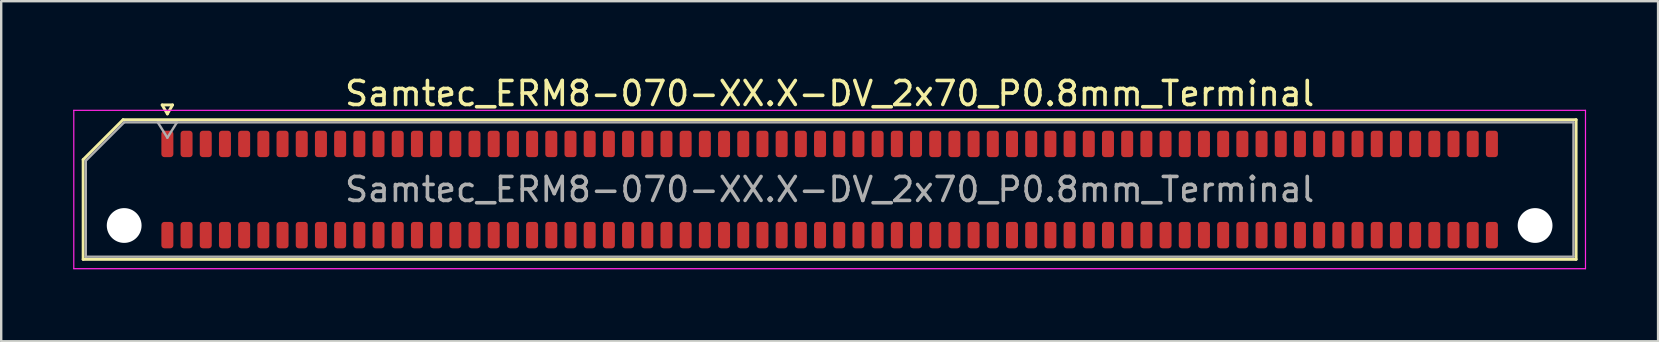
<source format=kicad_pcb>
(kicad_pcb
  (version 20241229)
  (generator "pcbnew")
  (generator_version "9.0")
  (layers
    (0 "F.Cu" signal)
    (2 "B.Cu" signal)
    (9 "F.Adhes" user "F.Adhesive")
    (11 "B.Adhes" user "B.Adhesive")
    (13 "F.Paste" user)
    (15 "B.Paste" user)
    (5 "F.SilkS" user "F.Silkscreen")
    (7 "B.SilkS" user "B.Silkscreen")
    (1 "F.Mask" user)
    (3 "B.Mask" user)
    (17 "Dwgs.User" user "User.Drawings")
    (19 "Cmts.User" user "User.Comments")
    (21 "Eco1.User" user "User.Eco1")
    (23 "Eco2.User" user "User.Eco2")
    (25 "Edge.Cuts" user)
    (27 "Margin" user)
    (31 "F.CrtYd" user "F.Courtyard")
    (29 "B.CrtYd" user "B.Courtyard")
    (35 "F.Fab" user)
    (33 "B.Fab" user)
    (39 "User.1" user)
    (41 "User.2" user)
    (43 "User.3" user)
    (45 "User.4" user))
  (footprint "Samtec_ERM8-070-XX.X-DV_2x70_P0.8mm_Terminal"
    (layer "F.Cu")
    (at 31.525 4.848)
    (property "Reference" "Samtec_ERM8-070-XX.X-DV_2x70_P0.8mm_Terminal" (at 0 -4 0) (layer "F.SilkS") (effects (font (size 1 1) (thickness 0.15))))
    (attr smd)
    (fp_line (start -31.11 -1.246) (end -29.446 -2.91) (stroke (width 0.12) (type solid)) (layer "F.SilkS"))
    (fp_line (start -31.11 2.91) (end -31.11 -1.246) (stroke (width 0.12) (type solid)) (layer "F.SilkS"))
    (fp_line (start -29.446 -2.91) (end 31.11 -2.91) (stroke (width 0.12) (type solid)) (layer "F.SilkS"))
    (fp_line (start -27.817 -3.525) (end -27.6 -3.15) (stroke (width 0.12) (type solid)) (layer "F.SilkS"))
    (fp_line (start -27.6 -3.15) (end -27.383 -3.525) (stroke (width 0.12) (type solid)) (layer "F.SilkS"))
    (fp_line (start -27.383 -3.525) (end -27.817 -3.525) (stroke (width 0.12) (type solid)) (layer "F.SilkS"))
    (fp_line (start 31.11 -2.91) (end 31.11 2.91) (stroke (width 0.12) (type solid)) (layer "F.SilkS"))
    (fp_line (start 31.11 2.91) (end -31.11 2.91) (stroke (width 0.12) (type solid)) (layer "F.SilkS"))
    (fp_line (start -31.5 -3.3) (end -31.5 3.3) (stroke (width 0.05) (type solid)) (layer "F.CrtYd"))
    (fp_line (start -31.5 3.3) (end 31.5 3.3) (stroke (width 0.05) (type solid)) (layer "F.CrtYd"))
    (fp_line (start 31.5 -3.3) (end -31.5 -3.3) (stroke (width 0.05) (type solid)) (layer "F.CrtYd"))
    (fp_line (start 31.5 3.3) (end 31.5 -3.3) (stroke (width 0.05) (type solid)) (layer "F.CrtYd"))
    (fp_line (start -31 -1.2) (end -29.4 -2.8) (stroke (width 0.1) (type solid)) (layer "F.Fab"))
    (fp_line (start -31 2.8) (end -31 -1.2) (stroke (width 0.1) (type solid)) (layer "F.Fab"))
    (fp_line (start -29.4 -2.8) (end 31 -2.8) (stroke (width 0.1) (type solid)) (layer "F.Fab"))
    (fp_line (start -28 -2.8) (end -27.6 -2.16) (stroke (width 0.1) (type solid)) (layer "F.Fab"))
    (fp_line (start -27.6 -2.16) (end -27.2 -2.8) (stroke (width 0.1) (type solid)) (layer "F.Fab"))
    (fp_line (start -27.2 -2.8) (end -28 -2.8) (stroke (width 0.1) (type solid)) (layer "F.Fab"))
    (fp_line (start 31 -2.8) (end 31 2.8) (stroke (width 0.1) (type solid)) (layer "F.Fab"))
    (fp_line (start 31 2.8) (end -31 2.8) (stroke (width 0.1) (type solid)) (layer "F.Fab"))
    (fp_text user "${REFERENCE}" (at 0 0 0) (layer "F.Fab") (effects (font (size 1 1) (thickness 0.15))))
    (pad "" np_thru_hole circle (at -29.4 1.5) (size 1.45 1.45) (drill 1.45) (layers "*.Cu" "*.Mask"))
    (pad "" np_thru_hole circle (at 29.4 1.5) (size 1.45 1.45) (drill 1.45) (layers "*.Cu" "*.Mask"))
    (pad "1" smd roundrect (at -27.6 -1.9) (size 0.5 1.1) (layers "F.Cu" "F.Mask" "F.Paste") (roundrect_rratio 0.25))
    (pad "2" smd roundrect (at -27.6 1.9) (size 0.5 1.1) (layers "F.Cu" "F.Mask" "F.Paste") (roundrect_rratio 0.25))
    (pad "3" smd roundrect (at -26.8 -1.9) (size 0.5 1.1) (layers "F.Cu" "F.Mask" "F.Paste") (roundrect_rratio 0.25))
    (pad "4" smd roundrect (at -26.8 1.9) (size 0.5 1.1) (layers "F.Cu" "F.Mask" "F.Paste") (roundrect_rratio 0.25))
    (pad "5" smd roundrect (at -26 -1.9) (size 0.5 1.1) (layers "F.Cu" "F.Mask" "F.Paste") (roundrect_rratio 0.25))
    (pad "6" smd roundrect (at -26 1.9) (size 0.5 1.1) (layers "F.Cu" "F.Mask" "F.Paste") (roundrect_rratio 0.25))
    (pad "7" smd roundrect (at -25.2 -1.9) (size 0.5 1.1) (layers "F.Cu" "F.Mask" "F.Paste") (roundrect_rratio 0.25))
    (pad "8" smd roundrect (at -25.2 1.9) (size 0.5 1.1) (layers "F.Cu" "F.Mask" "F.Paste") (roundrect_rratio 0.25))
    (pad "9" smd roundrect (at -24.4 -1.9) (size 0.5 1.1) (layers "F.Cu" "F.Mask" "F.Paste") (roundrect_rratio 0.25))
    (pad "10" smd roundrect (at -24.4 1.9) (size 0.5 1.1) (layers "F.Cu" "F.Mask" "F.Paste") (roundrect_rratio 0.25))
    (pad "11" smd roundrect (at -23.6 -1.9) (size 0.5 1.1) (layers "F.Cu" "F.Mask" "F.Paste") (roundrect_rratio 0.25))
    (pad "12" smd roundrect (at -23.6 1.9) (size 0.5 1.1) (layers "F.Cu" "F.Mask" "F.Paste") (roundrect_rratio 0.25))
    (pad "13" smd roundrect (at -22.8 -1.9) (size 0.5 1.1) (layers "F.Cu" "F.Mask" "F.Paste") (roundrect_rratio 0.25))
    (pad "14" smd roundrect (at -22.8 1.9) (size 0.5 1.1) (layers "F.Cu" "F.Mask" "F.Paste") (roundrect_rratio 0.25))
    (pad "15" smd roundrect (at -22 -1.9) (size 0.5 1.1) (layers "F.Cu" "F.Mask" "F.Paste") (roundrect_rratio 0.25))
    (pad "16" smd roundrect (at -22 1.9) (size 0.5 1.1) (layers "F.Cu" "F.Mask" "F.Paste") (roundrect_rratio 0.25))
    (pad "17" smd roundrect (at -21.2 -1.9) (size 0.5 1.1) (layers "F.Cu" "F.Mask" "F.Paste") (roundrect_rratio 0.25))
    (pad "18" smd roundrect (at -21.2 1.9) (size 0.5 1.1) (layers "F.Cu" "F.Mask" "F.Paste") (roundrect_rratio 0.25))
    (pad "19" smd roundrect (at -20.4 -1.9) (size 0.5 1.1) (layers "F.Cu" "F.Mask" "F.Paste") (roundrect_rratio 0.25))
    (pad "20" smd roundrect (at -20.4 1.9) (size 0.5 1.1) (layers "F.Cu" "F.Mask" "F.Paste") (roundrect_rratio 0.25))
    (pad "21" smd roundrect (at -19.6 -1.9) (size 0.5 1.1) (layers "F.Cu" "F.Mask" "F.Paste") (roundrect_rratio 0.25))
    (pad "22" smd roundrect (at -19.6 1.9) (size 0.5 1.1) (layers "F.Cu" "F.Mask" "F.Paste") (roundrect_rratio 0.25))
    (pad "23" smd roundrect (at -18.8 -1.9) (size 0.5 1.1) (layers "F.Cu" "F.Mask" "F.Paste") (roundrect_rratio 0.25))
    (pad "24" smd roundrect (at -18.8 1.9) (size 0.5 1.1) (layers "F.Cu" "F.Mask" "F.Paste") (roundrect_rratio 0.25))
    (pad "25" smd roundrect (at -18 -1.9) (size 0.5 1.1) (layers "F.Cu" "F.Mask" "F.Paste") (roundrect_rratio 0.25))
    (pad "26" smd roundrect (at -18 1.9) (size 0.5 1.1) (layers "F.Cu" "F.Mask" "F.Paste") (roundrect_rratio 0.25))
    (pad "27" smd roundrect (at -17.2 -1.9) (size 0.5 1.1) (layers "F.Cu" "F.Mask" "F.Paste") (roundrect_rratio 0.25))
    (pad "28" smd roundrect (at -17.2 1.9) (size 0.5 1.1) (layers "F.Cu" "F.Mask" "F.Paste") (roundrect_rratio 0.25))
    (pad "29" smd roundrect (at -16.4 -1.9) (size 0.5 1.1) (layers "F.Cu" "F.Mask" "F.Paste") (roundrect_rratio 0.25))
    (pad "30" smd roundrect (at -16.4 1.9) (size 0.5 1.1) (layers "F.Cu" "F.Mask" "F.Paste") (roundrect_rratio 0.25))
    (pad "31" smd roundrect (at -15.6 -1.9) (size 0.5 1.1) (layers "F.Cu" "F.Mask" "F.Paste") (roundrect_rratio 0.25))
    (pad "32" smd roundrect (at -15.6 1.9) (size 0.5 1.1) (layers "F.Cu" "F.Mask" "F.Paste") (roundrect_rratio 0.25))
    (pad "33" smd roundrect (at -14.8 -1.9) (size 0.5 1.1) (layers "F.Cu" "F.Mask" "F.Paste") (roundrect_rratio 0.25))
    (pad "34" smd roundrect (at -14.8 1.9) (size 0.5 1.1) (layers "F.Cu" "F.Mask" "F.Paste") (roundrect_rratio 0.25))
    (pad "35" smd roundrect (at -14 -1.9) (size 0.5 1.1) (layers "F.Cu" "F.Mask" "F.Paste") (roundrect_rratio 0.25))
    (pad "36" smd roundrect (at -14 1.9) (size 0.5 1.1) (layers "F.Cu" "F.Mask" "F.Paste") (roundrect_rratio 0.25))
    (pad "37" smd roundrect (at -13.2 -1.9) (size 0.5 1.1) (layers "F.Cu" "F.Mask" "F.Paste") (roundrect_rratio 0.25))
    (pad "38" smd roundrect (at -13.2 1.9) (size 0.5 1.1) (layers "F.Cu" "F.Mask" "F.Paste") (roundrect_rratio 0.25))
    (pad "39" smd roundrect (at -12.4 -1.9) (size 0.5 1.1) (layers "F.Cu" "F.Mask" "F.Paste") (roundrect_rratio 0.25))
    (pad "40" smd roundrect (at -12.4 1.9) (size 0.5 1.1) (layers "F.Cu" "F.Mask" "F.Paste") (roundrect_rratio 0.25))
    (pad "41" smd roundrect (at -11.6 -1.9) (size 0.5 1.1) (layers "F.Cu" "F.Mask" "F.Paste") (roundrect_rratio 0.25))
    (pad "42" smd roundrect (at -11.6 1.9) (size 0.5 1.1) (layers "F.Cu" "F.Mask" "F.Paste") (roundrect_rratio 0.25))
    (pad "43" smd roundrect (at -10.8 -1.9) (size 0.5 1.1) (layers "F.Cu" "F.Mask" "F.Paste") (roundrect_rratio 0.25))
    (pad "44" smd roundrect (at -10.8 1.9) (size 0.5 1.1) (layers "F.Cu" "F.Mask" "F.Paste") (roundrect_rratio 0.25))
    (pad "45" smd roundrect (at -10 -1.9) (size 0.5 1.1) (layers "F.Cu" "F.Mask" "F.Paste") (roundrect_rratio 0.25))
    (pad "46" smd roundrect (at -10 1.9) (size 0.5 1.1) (layers "F.Cu" "F.Mask" "F.Paste") (roundrect_rratio 0.25))
    (pad "47" smd roundrect (at -9.2 -1.9) (size 0.5 1.1) (layers "F.Cu" "F.Mask" "F.Paste") (roundrect_rratio 0.25))
    (pad "48" smd roundrect (at -9.2 1.9) (size 0.5 1.1) (layers "F.Cu" "F.Mask" "F.Paste") (roundrect_rratio 0.25))
    (pad "49" smd roundrect (at -8.4 -1.9) (size 0.5 1.1) (layers "F.Cu" "F.Mask" "F.Paste") (roundrect_rratio 0.25))
    (pad "50" smd roundrect (at -8.4 1.9) (size 0.5 1.1) (layers "F.Cu" "F.Mask" "F.Paste") (roundrect_rratio 0.25))
    (pad "51" smd roundrect (at -7.6 -1.9) (size 0.5 1.1) (layers "F.Cu" "F.Mask" "F.Paste") (roundrect_rratio 0.25))
    (pad "52" smd roundrect (at -7.6 1.9) (size 0.5 1.1) (layers "F.Cu" "F.Mask" "F.Paste") (roundrect_rratio 0.25))
    (pad "53" smd roundrect (at -6.8 -1.9) (size 0.5 1.1) (layers "F.Cu" "F.Mask" "F.Paste") (roundrect_rratio 0.25))
    (pad "54" smd roundrect (at -6.8 1.9) (size 0.5 1.1) (layers "F.Cu" "F.Mask" "F.Paste") (roundrect_rratio 0.25))
    (pad "55" smd roundrect (at -6 -1.9) (size 0.5 1.1) (layers "F.Cu" "F.Mask" "F.Paste") (roundrect_rratio 0.25))
    (pad "56" smd roundrect (at -6 1.9) (size 0.5 1.1) (layers "F.Cu" "F.Mask" "F.Paste") (roundrect_rratio 0.25))
    (pad "57" smd roundrect (at -5.2 -1.9) (size 0.5 1.1) (layers "F.Cu" "F.Mask" "F.Paste") (roundrect_rratio 0.25))
    (pad "58" smd roundrect (at -5.2 1.9) (size 0.5 1.1) (layers "F.Cu" "F.Mask" "F.Paste") (roundrect_rratio 0.25))
    (pad "59" smd roundrect (at -4.4 -1.9) (size 0.5 1.1) (layers "F.Cu" "F.Mask" "F.Paste") (roundrect_rratio 0.25))
    (pad "60" smd roundrect (at -4.4 1.9) (size 0.5 1.1) (layers "F.Cu" "F.Mask" "F.Paste") (roundrect_rratio 0.25))
    (pad "61" smd roundrect (at -3.6 -1.9) (size 0.5 1.1) (layers "F.Cu" "F.Mask" "F.Paste") (roundrect_rratio 0.25))
    (pad "62" smd roundrect (at -3.6 1.9) (size 0.5 1.1) (layers "F.Cu" "F.Mask" "F.Paste") (roundrect_rratio 0.25))
    (pad "63" smd roundrect (at -2.8 -1.9) (size 0.5 1.1) (layers "F.Cu" "F.Mask" "F.Paste") (roundrect_rratio 0.25))
    (pad "64" smd roundrect (at -2.8 1.9) (size 0.5 1.1) (layers "F.Cu" "F.Mask" "F.Paste") (roundrect_rratio 0.25))
    (pad "65" smd roundrect (at -2 -1.9) (size 0.5 1.1) (layers "F.Cu" "F.Mask" "F.Paste") (roundrect_rratio 0.25))
    (pad "66" smd roundrect (at -2 1.9) (size 0.5 1.1) (layers "F.Cu" "F.Mask" "F.Paste") (roundrect_rratio 0.25))
    (pad "67" smd roundrect (at -1.2 -1.9) (size 0.5 1.1) (layers "F.Cu" "F.Mask" "F.Paste") (roundrect_rratio 0.25))
    (pad "68" smd roundrect (at -1.2 1.9) (size 0.5 1.1) (layers "F.Cu" "F.Mask" "F.Paste") (roundrect_rratio 0.25))
    (pad "69" smd roundrect (at -0.4 -1.9) (size 0.5 1.1) (layers "F.Cu" "F.Mask" "F.Paste") (roundrect_rratio 0.25))
    (pad "70" smd roundrect (at -0.4 1.9) (size 0.5 1.1) (layers "F.Cu" "F.Mask" "F.Paste") (roundrect_rratio 0.25))
    (pad "71" smd roundrect (at 0.4 -1.9) (size 0.5 1.1) (layers "F.Cu" "F.Mask" "F.Paste") (roundrect_rratio 0.25))
    (pad "72" smd roundrect (at 0.4 1.9) (size 0.5 1.1) (layers "F.Cu" "F.Mask" "F.Paste") (roundrect_rratio 0.25))
    (pad "73" smd roundrect (at 1.2 -1.9) (size 0.5 1.1) (layers "F.Cu" "F.Mask" "F.Paste") (roundrect_rratio 0.25))
    (pad "74" smd roundrect (at 1.2 1.9) (size 0.5 1.1) (layers "F.Cu" "F.Mask" "F.Paste") (roundrect_rratio 0.25))
    (pad "75" smd roundrect (at 2 -1.9) (size 0.5 1.1) (layers "F.Cu" "F.Mask" "F.Paste") (roundrect_rratio 0.25))
    (pad "76" smd roundrect (at 2 1.9) (size 0.5 1.1) (layers "F.Cu" "F.Mask" "F.Paste") (roundrect_rratio 0.25))
    (pad "77" smd roundrect (at 2.8 -1.9) (size 0.5 1.1) (layers "F.Cu" "F.Mask" "F.Paste") (roundrect_rratio 0.25))
    (pad "78" smd roundrect (at 2.8 1.9) (size 0.5 1.1) (layers "F.Cu" "F.Mask" "F.Paste") (roundrect_rratio 0.25))
    (pad "79" smd roundrect (at 3.6 -1.9) (size 0.5 1.1) (layers "F.Cu" "F.Mask" "F.Paste") (roundrect_rratio 0.25))
    (pad "80" smd roundrect (at 3.6 1.9) (size 0.5 1.1) (layers "F.Cu" "F.Mask" "F.Paste") (roundrect_rratio 0.25))
    (pad "81" smd roundrect (at 4.4 -1.9) (size 0.5 1.1) (layers "F.Cu" "F.Mask" "F.Paste") (roundrect_rratio 0.25))
    (pad "82" smd roundrect (at 4.4 1.9) (size 0.5 1.1) (layers "F.Cu" "F.Mask" "F.Paste") (roundrect_rratio 0.25))
    (pad "83" smd roundrect (at 5.2 -1.9) (size 0.5 1.1) (layers "F.Cu" "F.Mask" "F.Paste") (roundrect_rratio 0.25))
    (pad "84" smd roundrect (at 5.2 1.9) (size 0.5 1.1) (layers "F.Cu" "F.Mask" "F.Paste") (roundrect_rratio 0.25))
    (pad "85" smd roundrect (at 6 -1.9) (size 0.5 1.1) (layers "F.Cu" "F.Mask" "F.Paste") (roundrect_rratio 0.25))
    (pad "86" smd roundrect (at 6 1.9) (size 0.5 1.1) (layers "F.Cu" "F.Mask" "F.Paste") (roundrect_rratio 0.25))
    (pad "87" smd roundrect (at 6.8 -1.9) (size 0.5 1.1) (layers "F.Cu" "F.Mask" "F.Paste") (roundrect_rratio 0.25))
    (pad "88" smd roundrect (at 6.8 1.9) (size 0.5 1.1) (layers "F.Cu" "F.Mask" "F.Paste") (roundrect_rratio 0.25))
    (pad "89" smd roundrect (at 7.6 -1.9) (size 0.5 1.1) (layers "F.Cu" "F.Mask" "F.Paste") (roundrect_rratio 0.25))
    (pad "90" smd roundrect (at 7.6 1.9) (size 0.5 1.1) (layers "F.Cu" "F.Mask" "F.Paste") (roundrect_rratio 0.25))
    (pad "91" smd roundrect (at 8.4 -1.9) (size 0.5 1.1) (layers "F.Cu" "F.Mask" "F.Paste") (roundrect_rratio 0.25))
    (pad "92" smd roundrect (at 8.4 1.9) (size 0.5 1.1) (layers "F.Cu" "F.Mask" "F.Paste") (roundrect_rratio 0.25))
    (pad "93" smd roundrect (at 9.2 -1.9) (size 0.5 1.1) (layers "F.Cu" "F.Mask" "F.Paste") (roundrect_rratio 0.25))
    (pad "94" smd roundrect (at 9.2 1.9) (size 0.5 1.1) (layers "F.Cu" "F.Mask" "F.Paste") (roundrect_rratio 0.25))
    (pad "95" smd roundrect (at 10 -1.9) (size 0.5 1.1) (layers "F.Cu" "F.Mask" "F.Paste") (roundrect_rratio 0.25))
    (pad "96" smd roundrect (at 10 1.9) (size 0.5 1.1) (layers "F.Cu" "F.Mask" "F.Paste") (roundrect_rratio 0.25))
    (pad "97" smd roundrect (at 10.8 -1.9) (size 0.5 1.1) (layers "F.Cu" "F.Mask" "F.Paste") (roundrect_rratio 0.25))
    (pad "98" smd roundrect (at 10.8 1.9) (size 0.5 1.1) (layers "F.Cu" "F.Mask" "F.Paste") (roundrect_rratio 0.25))
    (pad "99" smd roundrect (at 11.6 -1.9) (size 0.5 1.1) (layers "F.Cu" "F.Mask" "F.Paste") (roundrect_rratio 0.25))
    (pad "100" smd roundrect (at 11.6 1.9) (size 0.5 1.1) (layers "F.Cu" "F.Mask" "F.Paste") (roundrect_rratio 0.25))
    (pad "101" smd roundrect (at 12.4 -1.9) (size 0.5 1.1) (layers "F.Cu" "F.Mask" "F.Paste") (roundrect_rratio 0.25))
    (pad "102" smd roundrect (at 12.4 1.9) (size 0.5 1.1) (layers "F.Cu" "F.Mask" "F.Paste") (roundrect_rratio 0.25))
    (pad "103" smd roundrect (at 13.2 -1.9) (size 0.5 1.1) (layers "F.Cu" "F.Mask" "F.Paste") (roundrect_rratio 0.25))
    (pad "104" smd roundrect (at 13.2 1.9) (size 0.5 1.1) (layers "F.Cu" "F.Mask" "F.Paste") (roundrect_rratio 0.25))
    (pad "105" smd roundrect (at 14 -1.9) (size 0.5 1.1) (layers "F.Cu" "F.Mask" "F.Paste") (roundrect_rratio 0.25))
    (pad "106" smd roundrect (at 14 1.9) (size 0.5 1.1) (layers "F.Cu" "F.Mask" "F.Paste") (roundrect_rratio 0.25))
    (pad "107" smd roundrect (at 14.8 -1.9) (size 0.5 1.1) (layers "F.Cu" "F.Mask" "F.Paste") (roundrect_rratio 0.25))
    (pad "108" smd roundrect (at 14.8 1.9) (size 0.5 1.1) (layers "F.Cu" "F.Mask" "F.Paste") (roundrect_rratio 0.25))
    (pad "109" smd roundrect (at 15.6 -1.9) (size 0.5 1.1) (layers "F.Cu" "F.Mask" "F.Paste") (roundrect_rratio 0.25))
    (pad "110" smd roundrect (at 15.6 1.9) (size 0.5 1.1) (layers "F.Cu" "F.Mask" "F.Paste") (roundrect_rratio 0.25))
    (pad "111" smd roundrect (at 16.4 -1.9) (size 0.5 1.1) (layers "F.Cu" "F.Mask" "F.Paste") (roundrect_rratio 0.25))
    (pad "112" smd roundrect (at 16.4 1.9) (size 0.5 1.1) (layers "F.Cu" "F.Mask" "F.Paste") (roundrect_rratio 0.25))
    (pad "113" smd roundrect (at 17.2 -1.9) (size 0.5 1.1) (layers "F.Cu" "F.Mask" "F.Paste") (roundrect_rratio 0.25))
    (pad "114" smd roundrect (at 17.2 1.9) (size 0.5 1.1) (layers "F.Cu" "F.Mask" "F.Paste") (roundrect_rratio 0.25))
    (pad "115" smd roundrect (at 18 -1.9) (size 0.5 1.1) (layers "F.Cu" "F.Mask" "F.Paste") (roundrect_rratio 0.25))
    (pad "116" smd roundrect (at 18 1.9) (size 0.5 1.1) (layers "F.Cu" "F.Mask" "F.Paste") (roundrect_rratio 0.25))
    (pad "117" smd roundrect (at 18.8 -1.9) (size 0.5 1.1) (layers "F.Cu" "F.Mask" "F.Paste") (roundrect_rratio 0.25))
    (pad "118" smd roundrect (at 18.8 1.9) (size 0.5 1.1) (layers "F.Cu" "F.Mask" "F.Paste") (roundrect_rratio 0.25))
    (pad "119" smd roundrect (at 19.6 -1.9) (size 0.5 1.1) (layers "F.Cu" "F.Mask" "F.Paste") (roundrect_rratio 0.25))
    (pad "120" smd roundrect (at 19.6 1.9) (size 0.5 1.1) (layers "F.Cu" "F.Mask" "F.Paste") (roundrect_rratio 0.25))
    (pad "121" smd roundrect (at 20.4 -1.9) (size 0.5 1.1) (layers "F.Cu" "F.Mask" "F.Paste") (roundrect_rratio 0.25))
    (pad "122" smd roundrect (at 20.4 1.9) (size 0.5 1.1) (layers "F.Cu" "F.Mask" "F.Paste") (roundrect_rratio 0.25))
    (pad "123" smd roundrect (at 21.2 -1.9) (size 0.5 1.1) (layers "F.Cu" "F.Mask" "F.Paste") (roundrect_rratio 0.25))
    (pad "124" smd roundrect (at 21.2 1.9) (size 0.5 1.1) (layers "F.Cu" "F.Mask" "F.Paste") (roundrect_rratio 0.25))
    (pad "125" smd roundrect (at 22 -1.9) (size 0.5 1.1) (layers "F.Cu" "F.Mask" "F.Paste") (roundrect_rratio 0.25))
    (pad "126" smd roundrect (at 22 1.9) (size 0.5 1.1) (layers "F.Cu" "F.Mask" "F.Paste") (roundrect_rratio 0.25))
    (pad "127" smd roundrect (at 22.8 -1.9) (size 0.5 1.1) (layers "F.Cu" "F.Mask" "F.Paste") (roundrect_rratio 0.25))
    (pad "128" smd roundrect (at 22.8 1.9) (size 0.5 1.1) (layers "F.Cu" "F.Mask" "F.Paste") (roundrect_rratio 0.25))
    (pad "129" smd roundrect (at 23.6 -1.9) (size 0.5 1.1) (layers "F.Cu" "F.Mask" "F.Paste") (roundrect_rratio 0.25))
    (pad "130" smd roundrect (at 23.6 1.9) (size 0.5 1.1) (layers "F.Cu" "F.Mask" "F.Paste") (roundrect_rratio 0.25))
    (pad "131" smd roundrect (at 24.4 -1.9) (size 0.5 1.1) (layers "F.Cu" "F.Mask" "F.Paste") (roundrect_rratio 0.25))
    (pad "132" smd roundrect (at 24.4 1.9) (size 0.5 1.1) (layers "F.Cu" "F.Mask" "F.Paste") (roundrect_rratio 0.25))
    (pad "133" smd roundrect (at 25.2 -1.9) (size 0.5 1.1) (layers "F.Cu" "F.Mask" "F.Paste") (roundrect_rratio 0.25))
    (pad "134" smd roundrect (at 25.2 1.9) (size 0.5 1.1) (layers "F.Cu" "F.Mask" "F.Paste") (roundrect_rratio 0.25))
    (pad "135" smd roundrect (at 26 -1.9) (size 0.5 1.1) (layers "F.Cu" "F.Mask" "F.Paste") (roundrect_rratio 0.25))
    (pad "136" smd roundrect (at 26 1.9) (size 0.5 1.1) (layers "F.Cu" "F.Mask" "F.Paste") (roundrect_rratio 0.25))
    (pad "137" smd roundrect (at 26.8 -1.9) (size 0.5 1.1) (layers "F.Cu" "F.Mask" "F.Paste") (roundrect_rratio 0.25))
    (pad "138" smd roundrect (at 26.8 1.9) (size 0.5 1.1) (layers "F.Cu" "F.Mask" "F.Paste") (roundrect_rratio 0.25))
    (pad "139" smd roundrect (at 27.6 -1.9) (size 0.5 1.1) (layers "F.Cu" "F.Mask" "F.Paste") (roundrect_rratio 0.25))
    (pad "140" smd roundrect (at 27.6 1.9) (size 0.5 1.1) (layers "F.Cu" "F.Mask" "F.Paste") (roundrect_rratio 0.25)))
  (gr_rect
    (start -3 -3)
    (end 66.05 11.173)
    (stroke (width 0.1) (type default))
    (fill no)
    (layer "Edge.Cuts")))
</source>
